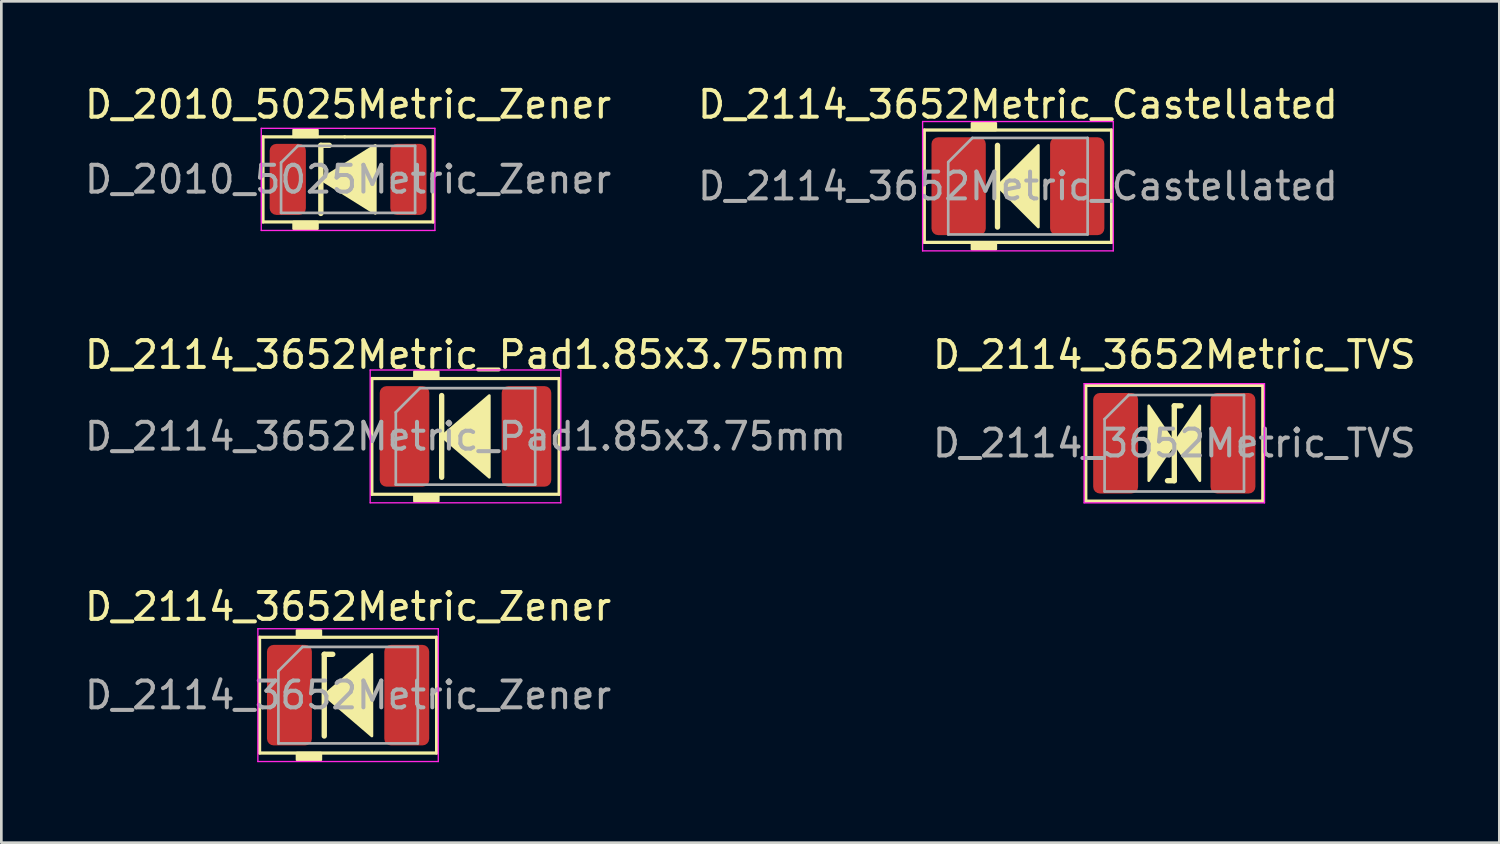
<source format=kicad_pcb>
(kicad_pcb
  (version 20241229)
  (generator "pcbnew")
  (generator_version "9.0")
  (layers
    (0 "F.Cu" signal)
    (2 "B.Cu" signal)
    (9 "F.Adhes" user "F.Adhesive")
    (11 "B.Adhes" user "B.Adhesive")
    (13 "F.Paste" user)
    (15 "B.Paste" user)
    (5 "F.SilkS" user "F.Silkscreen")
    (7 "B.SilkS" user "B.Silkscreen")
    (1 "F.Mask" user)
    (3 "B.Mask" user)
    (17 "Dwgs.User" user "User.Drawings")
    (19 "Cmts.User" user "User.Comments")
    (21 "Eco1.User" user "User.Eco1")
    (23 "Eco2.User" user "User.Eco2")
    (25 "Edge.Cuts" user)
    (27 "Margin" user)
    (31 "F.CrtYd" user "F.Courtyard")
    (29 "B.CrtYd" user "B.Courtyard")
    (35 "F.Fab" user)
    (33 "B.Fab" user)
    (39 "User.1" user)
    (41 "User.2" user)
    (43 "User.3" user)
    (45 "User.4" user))
  (footprint "D_2114_3652Metric_Zener"
    (layer "F.Cu")
    (at 9.935 22.882)
    (property "Reference" "D_2114_3652Metric_Zener" (at 0 -3.302 0) (layer "F.SilkS") (effects (font (size 1 1) (thickness 0.15))))
    (attr smd)
    (fp_line (start -3.302 -2.159) (end -3.302 2.159) (stroke (width 0.12) (type solid)) (layer "F.SilkS"))
    (fp_line (start -3.302 2.159) (end 3.302 2.159) (stroke (width 0.12) (type solid)) (layer "F.SilkS"))
    (fp_line (start -0.889 -1.524) (end -0.889 1.524) (stroke (width 0.2) (type solid)) (layer "F.SilkS"))
    (fp_line (start -0.889 -1.524) (end -0.572 -1.524) (stroke (width 0.2) (type solid)) (layer "F.SilkS"))
    (fp_line (start 3.302 -2.159) (end -3.302 -2.159) (stroke (width 0.12) (type solid)) (layer "F.SilkS"))
    (fp_line (start 3.302 2.159) (end 3.302 -2.159) (stroke (width 0.12) (type solid)) (layer "F.SilkS"))
    (fp_poly (pts (xy 0.889 1.524) (xy -0.889 0) (xy 0.889 -1.524)) (stroke (width 0.1) (type solid)) (fill yes) (layer "F.SilkS"))
    (fp_poly (pts (xy -1.016 -2.159) (xy -1.905 -2.159) (xy -1.905 -2.413) (xy -1.016 -2.413)) (stroke (width 0.1) (type solid)) (fill yes) (layer "F.SilkS"))
    (fp_poly (pts (xy -1.016 2.413) (xy -1.905 2.413) (xy -1.905 2.159) (xy -1.016 2.159)) (stroke (width 0.1) (type solid)) (fill yes) (layer "F.SilkS"))
    (fp_line (start -3.365 -2.477) (end 3.365 -2.477) (stroke (width 0.05) (type solid)) (layer "F.CrtYd"))
    (fp_line (start -3.365 2.477) (end -3.365 -2.477) (stroke (width 0.05) (type solid)) (layer "F.CrtYd"))
    (fp_line (start 3.365 -2.477) (end 3.365 2.477) (stroke (width 0.05) (type solid)) (layer "F.CrtYd"))
    (fp_line (start 3.365 2.477) (end -3.365 2.477) (stroke (width 0.05) (type solid)) (layer "F.CrtYd"))
    (fp_line (start -2.6 -0.9) (end -2.6 1.8) (stroke (width 0.1) (type solid)) (layer "F.Fab"))
    (fp_line (start -2.6 1.8) (end 2.6 1.8) (stroke (width 0.1) (type solid)) (layer "F.Fab"))
    (fp_line (start -1.7 -1.8) (end -2.6 -0.9) (stroke (width 0.1) (type solid)) (layer "F.Fab"))
    (fp_line (start 2.6 -1.8) (end -1.7 -1.8) (stroke (width 0.1) (type solid)) (layer "F.Fab"))
    (fp_line (start 2.6 1.8) (end 2.6 -1.8) (stroke (width 0.1) (type solid)) (layer "F.Fab"))
    (fp_text user "${REFERENCE}" (at 0 0 0) (layer "F.Fab") (effects (font (size 1 1) (thickness 0.15))))
    (pad "1" smd roundrect (at -2.188 0) (size 1.675 3.75) (layers "F.Cu" "F.Mask" "F.Paste") (roundrect_rratio 0.149))
    (pad "2" smd roundrect (at 2.188 0) (size 1.675 3.75) (layers "F.Cu" "F.Mask" "F.Paste") (roundrect_rratio 0.149)))
  (footprint "D_2114_3652Metric_TVS"
    (layer "F.Cu")
    (at 40.756 13.485)
    (property "Reference" "D_2114_3652Metric_TVS" (at 0 -3.302 0) (layer "F.SilkS") (effects (font (size 1 1) (thickness 0.15))))
    (attr smd)
    (fp_line (start -3.302 -2.159) (end -3.302 2.159) (stroke (width 0.12) (type solid)) (layer "F.SilkS"))
    (fp_line (start -3.302 2.159) (end 3.302 2.159) (stroke (width 0.12) (type solid)) (layer "F.SilkS"))
    (fp_line (start -0.254 1.397) (end 0 1.397) (stroke (width 0.2) (type solid)) (layer "F.SilkS"))
    (fp_line (start 0 -1.397) (end 0 1.397) (stroke (width 0.2) (type solid)) (layer "F.SilkS"))
    (fp_line (start 0 -1.397) (end 0.254 -1.397) (stroke (width 0.2) (type solid)) (layer "F.SilkS"))
    (fp_line (start 3.302 -2.159) (end -3.302 -2.159) (stroke (width 0.12) (type solid)) (layer "F.SilkS"))
    (fp_line (start 3.302 2.159) (end 3.302 -2.159) (stroke (width 0.12) (type solid)) (layer "F.SilkS"))
    (fp_poly (pts (xy 0 0) (xy -0.953 1.397) (xy -0.953 -1.397)) (stroke (width 0.1) (type solid)) (fill yes) (layer "F.SilkS"))
    (fp_poly (pts (xy 0 0) (xy 0.953 -1.397) (xy 0.953 1.397)) (stroke (width 0.1) (type solid)) (fill yes) (layer "F.SilkS"))
    (fp_line (start -3.365 -2.223) (end 3.365 -2.223) (stroke (width 0.05) (type solid)) (layer "F.CrtYd"))
    (fp_line (start -3.365 2.223) (end -3.365 -2.223) (stroke (width 0.05) (type solid)) (layer "F.CrtYd"))
    (fp_line (start 3.365 -2.223) (end 3.365 2.223) (stroke (width 0.05) (type solid)) (layer "F.CrtYd"))
    (fp_line (start 3.365 2.223) (end -3.365 2.223) (stroke (width 0.05) (type solid)) (layer "F.CrtYd"))
    (fp_line (start -2.6 -0.9) (end -2.6 1.8) (stroke (width 0.1) (type solid)) (layer "F.Fab"))
    (fp_line (start -2.6 1.8) (end 2.6 1.8) (stroke (width 0.1) (type solid)) (layer "F.Fab"))
    (fp_line (start -1.7 -1.8) (end -2.6 -0.9) (stroke (width 0.1) (type solid)) (layer "F.Fab"))
    (fp_line (start 2.6 -1.8) (end -1.7 -1.8) (stroke (width 0.1) (type solid)) (layer "F.Fab"))
    (fp_line (start 2.6 1.8) (end 2.6 -1.8) (stroke (width 0.1) (type solid)) (layer "F.Fab"))
    (fp_text user "${REFERENCE}" (at 0 0 0) (layer "F.Fab") (effects (font (size 1 1) (thickness 0.15))))
    (pad "1" smd roundrect (at -2.188 0) (size 1.675 3.75) (layers "F.Cu" "F.Mask" "F.Paste") (roundrect_rratio 0.149))
    (pad "2" smd roundrect (at 2.188 0) (size 1.675 3.75) (layers "F.Cu" "F.Mask" "F.Paste") (roundrect_rratio 0.149)))
  (footprint "D_2114_3652Metric_Castellated"
    (layer "F.Cu")
    (at 34.923 3.896)
    (property "Reference" "D_2114_3652Metric_Castellated" (at 0 -3.048 0) (layer "F.SilkS") (effects (font (size 1 1) (thickness 0.15))))
    (attr smd)
    (fp_line (start -3.493 -2.095) (end 3.493 -2.095) (stroke (width 0.12) (type solid)) (layer "F.SilkS"))
    (fp_line (start -3.493 2.095) (end -3.493 -2.095) (stroke (width 0.12) (type solid)) (layer "F.SilkS"))
    (fp_line (start -0.762 -1.524) (end -0.762 1.524) (stroke (width 0.2) (type solid)) (layer "F.SilkS"))
    (fp_line (start 3.493 -2.095) (end 3.493 2.095) (stroke (width 0.12) (type solid)) (layer "F.SilkS"))
    (fp_line (start 3.493 2.095) (end -3.493 2.095) (stroke (width 0.12) (type solid)) (layer "F.SilkS"))
    (fp_poly (pts (xy 0.762 1.524) (xy -0.762 0) (xy 0.762 -1.524)) (stroke (width 0.1) (type solid)) (fill yes) (layer "F.SilkS"))
    (fp_poly (pts (xy -0.826 -2.095) (xy -1.714 -2.095) (xy -1.714 -2.349) (xy -0.826 -2.349)) (stroke (width 0.1) (type solid)) (fill yes) (layer "F.SilkS"))
    (fp_poly (pts (xy -0.826 2.349) (xy -1.714 2.349) (xy -1.714 2.095) (xy -0.826 2.095)) (stroke (width 0.1) (type solid)) (fill yes) (layer "F.SilkS"))
    (fp_line (start -3.556 -2.413) (end 3.556 -2.413) (stroke (width 0.05) (type solid)) (layer "F.CrtYd"))
    (fp_line (start -3.556 2.413) (end -3.556 -2.413) (stroke (width 0.05) (type solid)) (layer "F.CrtYd"))
    (fp_line (start 3.556 -2.413) (end 3.556 2.413) (stroke (width 0.05) (type solid)) (layer "F.CrtYd"))
    (fp_line (start 3.556 2.413) (end -3.556 2.413) (stroke (width 0.05) (type solid)) (layer "F.CrtYd"))
    (fp_line (start -2.6 -0.9) (end -2.6 1.8) (stroke (width 0.1) (type solid)) (layer "F.Fab"))
    (fp_line (start -2.6 1.8) (end 2.6 1.8) (stroke (width 0.1) (type solid)) (layer "F.Fab"))
    (fp_line (start -1.7 -1.8) (end -2.6 -0.9) (stroke (width 0.1) (type solid)) (layer "F.Fab"))
    (fp_line (start 2.6 -1.8) (end -1.7 -1.8) (stroke (width 0.1) (type solid)) (layer "F.Fab"))
    (fp_line (start 2.6 1.8) (end 2.6 -1.8) (stroke (width 0.1) (type solid)) (layer "F.Fab"))
    (fp_text user "${REFERENCE}" (at 0 0 0) (layer "F.Fab") (effects (font (size 1 1) (thickness 0.15))))
    (pad "1" smd roundrect (at -2.212 0) (size 2.025 3.65) (layers "F.Cu" "F.Mask" "F.Paste") (roundrect_rratio 0.123))
    (pad "2" smd roundrect (at 2.212 0) (size 2.025 3.65) (layers "F.Cu" "F.Mask" "F.Paste") (roundrect_rratio 0.123)))
  (footprint "D_2114_3652Metric_Pad1.85x3.75mm"
    (layer "F.Cu")
    (at 14.315 13.23)
    (property "Reference" "D_2114_3652Metric_Pad1.85x3.75mm" (at 0 -3.048 0) (layer "F.SilkS") (effects (font (size 1 1) (thickness 0.15))))
    (attr smd)
    (fp_line (start -3.493 -2.159) (end -3.493 2.159) (stroke (width 0.12) (type solid)) (layer "F.SilkS"))
    (fp_line (start -3.493 2.159) (end 3.493 2.159) (stroke (width 0.12) (type solid)) (layer "F.SilkS"))
    (fp_line (start -0.889 -1.524) (end -0.889 1.524) (stroke (width 0.2) (type solid)) (layer "F.SilkS"))
    (fp_line (start 3.493 -2.159) (end -3.493 -2.159) (stroke (width 0.12) (type solid)) (layer "F.SilkS"))
    (fp_line (start 3.493 2.159) (end 3.493 -2.159) (stroke (width 0.12) (type solid)) (layer "F.SilkS"))
    (fp_poly (pts (xy 0.889 1.524) (xy -0.889 0) (xy 0.889 -1.524)) (stroke (width 0.1) (type solid)) (fill yes) (layer "F.SilkS"))
    (fp_poly (pts (xy -1.016 -2.159) (xy -1.905 -2.159) (xy -1.905 -2.413) (xy -1.016 -2.413)) (stroke (width 0.1) (type solid)) (fill yes) (layer "F.SilkS"))
    (fp_poly (pts (xy -1.016 2.413) (xy -1.905 2.413) (xy -1.905 2.159) (xy -1.016 2.159)) (stroke (width 0.1) (type solid)) (fill yes) (layer "F.SilkS"))
    (fp_line (start -3.556 -2.477) (end 3.556 -2.477) (stroke (width 0.05) (type solid)) (layer "F.CrtYd"))
    (fp_line (start -3.556 2.477) (end -3.556 -2.477) (stroke (width 0.05) (type solid)) (layer "F.CrtYd"))
    (fp_line (start 3.556 -2.477) (end 3.556 2.477) (stroke (width 0.05) (type solid)) (layer "F.CrtYd"))
    (fp_line (start 3.556 2.477) (end -3.556 2.477) (stroke (width 0.05) (type solid)) (layer "F.CrtYd"))
    (fp_line (start -2.6 -0.9) (end -2.6 1.8) (stroke (width 0.1) (type solid)) (layer "F.Fab"))
    (fp_line (start -2.6 1.8) (end 2.6 1.8) (stroke (width 0.1) (type solid)) (layer "F.Fab"))
    (fp_line (start -1.7 -1.8) (end -2.6 -0.9) (stroke (width 0.1) (type solid)) (layer "F.Fab"))
    (fp_line (start 2.6 -1.8) (end -1.7 -1.8) (stroke (width 0.1) (type solid)) (layer "F.Fab"))
    (fp_line (start 2.6 1.8) (end 2.6 -1.8) (stroke (width 0.1) (type solid)) (layer "F.Fab"))
    (fp_text user "${REFERENCE}" (at 0 0 0) (layer "F.Fab") (effects (font (size 1 1) (thickness 0.15))))
    (pad "1" smd roundrect (at -2.275 0) (size 1.85 3.75) (layers "F.Cu" "F.Mask" "F.Paste") (roundrect_rratio 0.135))
    (pad "2" smd roundrect (at 2.275 0) (size 1.85 3.75) (layers "F.Cu" "F.Mask" "F.Paste") (roundrect_rratio 0.135)))
  (footprint "D_2010_5025Metric_Zener"
    (layer "F.Cu")
    (at 9.935 3.642)
    (property "Reference" "D_2010_5025Metric_Zener" (at 0 -2.794 0) (layer "F.SilkS") (effects (font (size 1 1) (thickness 0.15))))
    (attr smd)
    (fp_line (start -3.175 -1.587) (end -3.175 1.587) (stroke (width 0.12) (type solid)) (layer "F.SilkS"))
    (fp_line (start -3.175 1.587) (end 3.175 1.587) (stroke (width 0.12) (type solid)) (layer "F.SilkS"))
    (fp_line (start -1.016 -1.27) (end -1.016 1.27) (stroke (width 0.2) (type solid)) (layer "F.SilkS"))
    (fp_line (start -1.016 -1.27) (end -0.699 -1.27) (stroke (width 0.2) (type solid)) (layer "F.SilkS"))
    (fp_line (start -0.127 -1.587) (end -3.175 -1.587) (stroke (width 0.12) (type solid)) (layer "F.SilkS"))
    (fp_line (start 3.175 -1.587) (end -0.127 -1.587) (stroke (width 0.12) (type solid)) (layer "F.SilkS"))
    (fp_line (start 3.175 1.587) (end 3.175 -1.587) (stroke (width 0.12) (type solid)) (layer "F.SilkS"))
    (fp_poly (pts (xy 1.016 1.27) (xy -1.016 0) (xy 1.016 -1.27)) (stroke (width 0.1) (type solid)) (fill yes) (layer "F.SilkS"))
    (fp_poly (pts (xy -1.143 -1.587) (xy -2.032 -1.587) (xy -2.032 -1.841) (xy -1.143 -1.841)) (stroke (width 0.1) (type solid)) (fill yes) (layer "F.SilkS"))
    (fp_poly (pts (xy -1.143 1.841) (xy -2.032 1.841) (xy -2.032 1.587) (xy -1.143 1.587)) (stroke (width 0.1) (type solid)) (fill yes) (layer "F.SilkS"))
    (fp_line (start -3.239 -1.905) (end 3.239 -1.905) (stroke (width 0.05) (type solid)) (layer "F.CrtYd"))
    (fp_line (start -3.239 1.905) (end -3.239 -1.905) (stroke (width 0.05) (type solid)) (layer "F.CrtYd"))
    (fp_line (start 3.239 -1.905) (end 3.239 1.905) (stroke (width 0.05) (type solid)) (layer "F.CrtYd"))
    (fp_line (start 3.239 1.905) (end -3.239 1.905) (stroke (width 0.05) (type solid)) (layer "F.CrtYd"))
    (fp_line (start -2.5 -0.625) (end -2.5 1.25) (stroke (width 0.1) (type solid)) (layer "F.Fab"))
    (fp_line (start -2.5 1.25) (end 2.5 1.25) (stroke (width 0.1) (type solid)) (layer "F.Fab"))
    (fp_line (start -1.875 -1.25) (end -2.5 -0.625) (stroke (width 0.1) (type solid)) (layer "F.Fab"))
    (fp_line (start 2.5 -1.25) (end -1.875 -1.25) (stroke (width 0.1) (type solid)) (layer "F.Fab"))
    (fp_line (start 2.5 1.25) (end 2.5 -1.25) (stroke (width 0.1) (type solid)) (layer "F.Fab"))
    (fp_text user "${REFERENCE}" (at 0 0 0) (layer "F.Fab") (effects (font (size 1 1) (thickness 0.15))))
    (pad "1" smd roundrect (at -2.25 0) (size 1.35 2.65) (layers "F.Cu" "F.Mask" "F.Paste") (roundrect_rratio 0.185))
    (pad "2" smd roundrect (at 2.25 0) (size 1.35 2.65) (layers "F.Cu" "F.Mask" "F.Paste") (roundrect_rratio 0.185)))
  (gr_rect
    (start -3 -3)
    (end 52.881 28.384)
    (stroke (width 0.1) (type default))
    (fill no)
    (layer "Edge.Cuts")))
</source>
